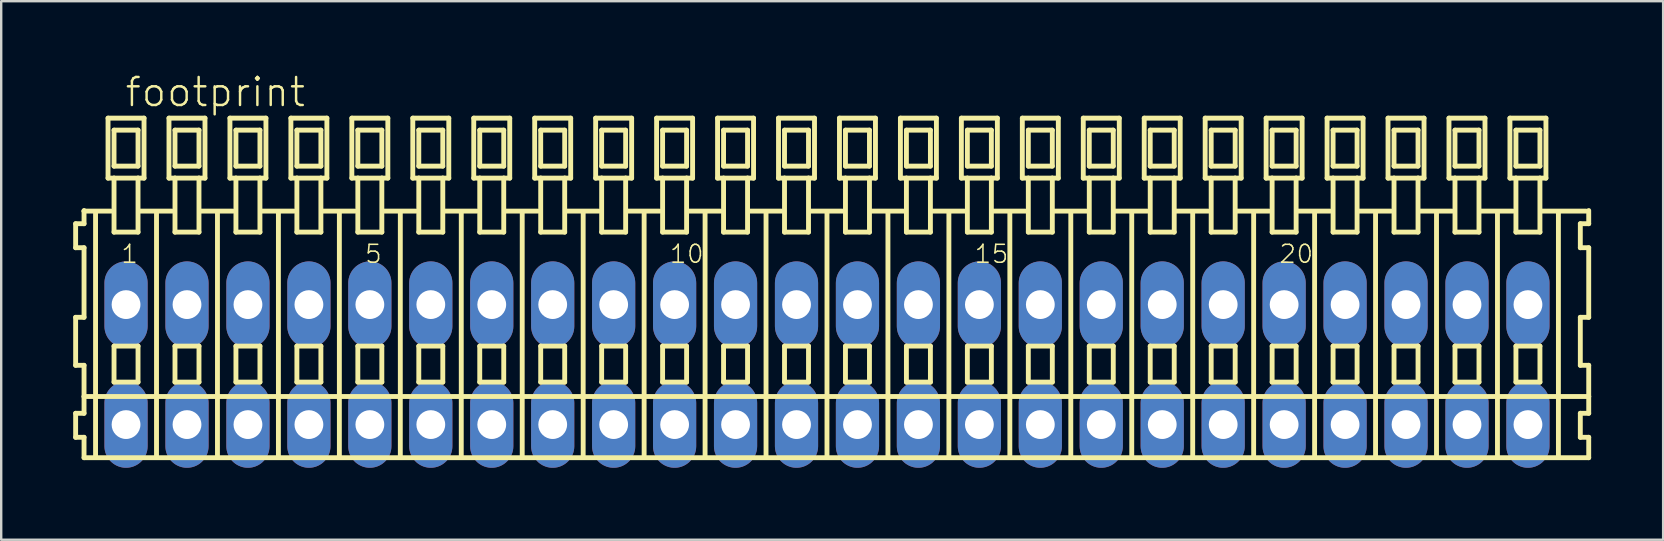
<source format=kicad_pcb>
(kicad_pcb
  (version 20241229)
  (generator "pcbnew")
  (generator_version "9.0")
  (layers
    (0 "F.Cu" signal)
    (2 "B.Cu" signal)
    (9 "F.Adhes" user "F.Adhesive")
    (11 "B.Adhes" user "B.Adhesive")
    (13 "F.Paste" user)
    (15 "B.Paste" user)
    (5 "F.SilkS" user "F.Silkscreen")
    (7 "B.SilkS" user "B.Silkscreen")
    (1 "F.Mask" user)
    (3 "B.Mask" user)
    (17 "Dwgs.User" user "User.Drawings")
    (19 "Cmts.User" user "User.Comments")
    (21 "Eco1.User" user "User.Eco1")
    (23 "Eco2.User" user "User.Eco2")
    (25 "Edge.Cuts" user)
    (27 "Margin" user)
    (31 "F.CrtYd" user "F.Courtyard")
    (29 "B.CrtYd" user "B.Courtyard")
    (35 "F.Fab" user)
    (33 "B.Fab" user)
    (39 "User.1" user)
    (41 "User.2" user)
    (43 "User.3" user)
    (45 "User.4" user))
  (footprint "footprint"
    (layer "F.Cu")
    (at 31.412 12.143)
    (property "Reference" "footprint" (at -29.31 -10.67 0) (layer "F.SilkS") (effects (font (size 1.168 1.168) (thickness 0.102)) (justify left bottom)))
    (fp_line (start -31.31 -5.87) (end -31.31 -4.87) (stroke (width 0.203) (type solid)) (layer "F.SilkS"))
    (fp_line (start -31.31 -4.87) (end -30.96 -4.87) (stroke (width 0.203) (type solid)) (layer "F.SilkS"))
    (fp_line (start -31.31 -1.97) (end -31.31 0.03) (stroke (width 0.203) (type solid)) (layer "F.SilkS"))
    (fp_line (start -31.31 0.03) (end -30.96 0.03) (stroke (width 0.203) (type solid)) (layer "F.SilkS"))
    (fp_line (start -31.31 2.03) (end -31.31 3.03) (stroke (width 0.203) (type solid)) (layer "F.SilkS"))
    (fp_line (start -31.31 3.03) (end -30.96 3.03) (stroke (width 0.203) (type solid)) (layer "F.SilkS"))
    (fp_line (start -30.96 -6.42) (end -30.96 -6.395) (stroke (width 0.203) (type solid)) (layer "F.SilkS"))
    (fp_line (start -30.96 -6.395) (end -30.96 -5.87) (stroke (width 0.203) (type solid)) (layer "F.SilkS"))
    (fp_line (start -30.96 -6.395) (end -29.835 -6.395) (stroke (width 0.203) (type solid)) (layer "F.SilkS"))
    (fp_line (start -30.96 -5.87) (end -31.31 -5.87) (stroke (width 0.203) (type solid)) (layer "F.SilkS"))
    (fp_line (start -30.96 -4.87) (end -30.96 -1.97) (stroke (width 0.203) (type solid)) (layer "F.SilkS"))
    (fp_line (start -30.96 -1.97) (end -31.31 -1.97) (stroke (width 0.203) (type solid)) (layer "F.SilkS"))
    (fp_line (start -30.96 0.03) (end -30.96 1.33) (stroke (width 0.203) (type solid)) (layer "F.SilkS"))
    (fp_line (start -30.96 1.33) (end -30.96 2.03) (stroke (width 0.203) (type solid)) (layer "F.SilkS"))
    (fp_line (start -30.96 1.33) (end 31.743 1.33) (stroke (width 0.203) (type solid)) (layer "F.SilkS"))
    (fp_line (start -30.96 2.03) (end -31.31 2.03) (stroke (width 0.203) (type solid)) (layer "F.SilkS"))
    (fp_line (start -30.96 3.03) (end -30.96 3.88) (stroke (width 0.203) (type solid)) (layer "F.SilkS"))
    (fp_line (start -30.96 3.88) (end 31.743 3.88) (stroke (width 0.203) (type solid)) (layer "F.SilkS"))
    (fp_line (start -30.48 3.83) (end -30.48 -6.33) (stroke (width 0.203) (type solid)) (layer "F.SilkS"))
    (fp_line (start -29.96 -10.27) (end -29.96 -7.77) (stroke (width 0.203) (type solid)) (layer "F.SilkS"))
    (fp_line (start -29.96 -7.77) (end -29.71 -7.77) (stroke (width 0.203) (type solid)) (layer "F.SilkS"))
    (fp_line (start -29.71 -9.77) (end -29.71 -8.27) (stroke (width 0.203) (type solid)) (layer "F.SilkS"))
    (fp_line (start -29.71 -8.27) (end -28.71 -8.27) (stroke (width 0.203) (type solid)) (layer "F.SilkS"))
    (fp_line (start -29.71 -7.77) (end -29.71 -5.52) (stroke (width 0.203) (type solid)) (layer "F.SilkS"))
    (fp_line (start -29.71 -7.77) (end -28.71 -7.77) (stroke (width 0.203) (type solid)) (layer "F.SilkS"))
    (fp_line (start -29.71 -5.52) (end -28.71 -5.52) (stroke (width 0.203) (type solid)) (layer "F.SilkS"))
    (fp_line (start -29.71 -0.77) (end -29.71 0.73) (stroke (width 0.203) (type solid)) (layer "F.SilkS"))
    (fp_line (start -29.71 0.73) (end -28.71 0.73) (stroke (width 0.203) (type solid)) (layer "F.SilkS"))
    (fp_line (start -28.71 -9.77) (end -29.71 -9.77) (stroke (width 0.203) (type solid)) (layer "F.SilkS"))
    (fp_line (start -28.71 -8.27) (end -28.71 -9.77) (stroke (width 0.203) (type solid)) (layer "F.SilkS"))
    (fp_line (start -28.71 -7.77) (end -28.46 -7.77) (stroke (width 0.203) (type solid)) (layer "F.SilkS"))
    (fp_line (start -28.71 -5.52) (end -28.71 -7.77) (stroke (width 0.203) (type solid)) (layer "F.SilkS"))
    (fp_line (start -28.71 -0.77) (end -29.71 -0.77) (stroke (width 0.203) (type solid)) (layer "F.SilkS"))
    (fp_line (start -28.71 0.73) (end -28.71 -0.77) (stroke (width 0.203) (type solid)) (layer "F.SilkS"))
    (fp_line (start -28.674 -6.395) (end -27.295 -6.395) (stroke (width 0.203) (type solid)) (layer "F.SilkS"))
    (fp_line (start -28.46 -10.27) (end -29.96 -10.27) (stroke (width 0.203) (type solid)) (layer "F.SilkS"))
    (fp_line (start -28.46 -7.77) (end -28.46 -10.27) (stroke (width 0.203) (type solid)) (layer "F.SilkS"))
    (fp_line (start -27.94 3.83) (end -27.94 -6.33) (stroke (width 0.203) (type solid)) (layer "F.SilkS"))
    (fp_line (start -27.42 -10.27) (end -27.42 -7.77) (stroke (width 0.203) (type solid)) (layer "F.SilkS"))
    (fp_line (start -27.42 -7.77) (end -27.17 -7.77) (stroke (width 0.203) (type solid)) (layer "F.SilkS"))
    (fp_line (start -27.17 -9.77) (end -27.17 -8.27) (stroke (width 0.203) (type solid)) (layer "F.SilkS"))
    (fp_line (start -27.17 -8.27) (end -26.17 -8.27) (stroke (width 0.203) (type solid)) (layer "F.SilkS"))
    (fp_line (start -27.17 -7.77) (end -27.17 -5.52) (stroke (width 0.203) (type solid)) (layer "F.SilkS"))
    (fp_line (start -27.17 -7.77) (end -26.17 -7.77) (stroke (width 0.203) (type solid)) (layer "F.SilkS"))
    (fp_line (start -27.17 -5.52) (end -26.17 -5.52) (stroke (width 0.203) (type solid)) (layer "F.SilkS"))
    (fp_line (start -27.17 -0.77) (end -27.17 0.73) (stroke (width 0.203) (type solid)) (layer "F.SilkS"))
    (fp_line (start -27.17 0.73) (end -26.17 0.73) (stroke (width 0.203) (type solid)) (layer "F.SilkS"))
    (fp_line (start -26.17 -9.77) (end -27.17 -9.77) (stroke (width 0.203) (type solid)) (layer "F.SilkS"))
    (fp_line (start -26.17 -8.27) (end -26.17 -9.77) (stroke (width 0.203) (type solid)) (layer "F.SilkS"))
    (fp_line (start -26.17 -7.77) (end -25.92 -7.77) (stroke (width 0.203) (type solid)) (layer "F.SilkS"))
    (fp_line (start -26.17 -5.52) (end -26.17 -7.77) (stroke (width 0.203) (type solid)) (layer "F.SilkS"))
    (fp_line (start -26.17 -0.77) (end -27.17 -0.77) (stroke (width 0.203) (type solid)) (layer "F.SilkS"))
    (fp_line (start -26.17 0.73) (end -26.17 -0.77) (stroke (width 0.203) (type solid)) (layer "F.SilkS"))
    (fp_line (start -26.134 -6.395) (end -24.755 -6.395) (stroke (width 0.203) (type solid)) (layer "F.SilkS"))
    (fp_line (start -25.92 -10.27) (end -27.42 -10.27) (stroke (width 0.203) (type solid)) (layer "F.SilkS"))
    (fp_line (start -25.92 -7.77) (end -25.92 -10.27) (stroke (width 0.203) (type solid)) (layer "F.SilkS"))
    (fp_line (start -25.4 3.83) (end -25.4 -6.33) (stroke (width 0.203) (type solid)) (layer "F.SilkS"))
    (fp_line (start -24.88 -10.27) (end -24.88 -7.77) (stroke (width 0.203) (type solid)) (layer "F.SilkS"))
    (fp_line (start -24.88 -7.77) (end -24.63 -7.77) (stroke (width 0.203) (type solid)) (layer "F.SilkS"))
    (fp_line (start -24.63 -9.77) (end -24.63 -8.27) (stroke (width 0.203) (type solid)) (layer "F.SilkS"))
    (fp_line (start -24.63 -8.27) (end -23.63 -8.27) (stroke (width 0.203) (type solid)) (layer "F.SilkS"))
    (fp_line (start -24.63 -7.77) (end -24.63 -5.52) (stroke (width 0.203) (type solid)) (layer "F.SilkS"))
    (fp_line (start -24.63 -7.77) (end -23.63 -7.77) (stroke (width 0.203) (type solid)) (layer "F.SilkS"))
    (fp_line (start -24.63 -5.52) (end -23.63 -5.52) (stroke (width 0.203) (type solid)) (layer "F.SilkS"))
    (fp_line (start -24.63 -0.77) (end -24.63 0.73) (stroke (width 0.203) (type solid)) (layer "F.SilkS"))
    (fp_line (start -24.63 0.73) (end -23.63 0.73) (stroke (width 0.203) (type solid)) (layer "F.SilkS"))
    (fp_line (start -23.63 -9.77) (end -24.63 -9.77) (stroke (width 0.203) (type solid)) (layer "F.SilkS"))
    (fp_line (start -23.63 -8.27) (end -23.63 -9.77) (stroke (width 0.203) (type solid)) (layer "F.SilkS"))
    (fp_line (start -23.63 -7.77) (end -23.38 -7.77) (stroke (width 0.203) (type solid)) (layer "F.SilkS"))
    (fp_line (start -23.63 -5.52) (end -23.63 -7.77) (stroke (width 0.203) (type solid)) (layer "F.SilkS"))
    (fp_line (start -23.63 -0.77) (end -24.63 -0.77) (stroke (width 0.203) (type solid)) (layer "F.SilkS"))
    (fp_line (start -23.63 0.73) (end -23.63 -0.77) (stroke (width 0.203) (type solid)) (layer "F.SilkS"))
    (fp_line (start -23.594 -6.395) (end -22.215 -6.395) (stroke (width 0.203) (type solid)) (layer "F.SilkS"))
    (fp_line (start -23.38 -10.27) (end -24.88 -10.27) (stroke (width 0.203) (type solid)) (layer "F.SilkS"))
    (fp_line (start -23.38 -7.77) (end -23.38 -10.27) (stroke (width 0.203) (type solid)) (layer "F.SilkS"))
    (fp_line (start -22.86 3.83) (end -22.86 -6.33) (stroke (width 0.203) (type solid)) (layer "F.SilkS"))
    (fp_line (start -22.34 -10.27) (end -22.34 -7.77) (stroke (width 0.203) (type solid)) (layer "F.SilkS"))
    (fp_line (start -22.34 -7.77) (end -22.09 -7.77) (stroke (width 0.203) (type solid)) (layer "F.SilkS"))
    (fp_line (start -22.09 -9.77) (end -22.09 -8.27) (stroke (width 0.203) (type solid)) (layer "F.SilkS"))
    (fp_line (start -22.09 -8.27) (end -21.09 -8.27) (stroke (width 0.203) (type solid)) (layer "F.SilkS"))
    (fp_line (start -22.09 -7.77) (end -22.09 -5.52) (stroke (width 0.203) (type solid)) (layer "F.SilkS"))
    (fp_line (start -22.09 -7.77) (end -21.09 -7.77) (stroke (width 0.203) (type solid)) (layer "F.SilkS"))
    (fp_line (start -22.09 -5.52) (end -21.09 -5.52) (stroke (width 0.203) (type solid)) (layer "F.SilkS"))
    (fp_line (start -22.09 -0.77) (end -22.09 0.73) (stroke (width 0.203) (type solid)) (layer "F.SilkS"))
    (fp_line (start -22.09 0.73) (end -21.09 0.73) (stroke (width 0.203) (type solid)) (layer "F.SilkS"))
    (fp_line (start -21.09 -9.77) (end -22.09 -9.77) (stroke (width 0.203) (type solid)) (layer "F.SilkS"))
    (fp_line (start -21.09 -8.27) (end -21.09 -9.77) (stroke (width 0.203) (type solid)) (layer "F.SilkS"))
    (fp_line (start -21.09 -7.77) (end -20.84 -7.77) (stroke (width 0.203) (type solid)) (layer "F.SilkS"))
    (fp_line (start -21.09 -5.52) (end -21.09 -7.77) (stroke (width 0.203) (type solid)) (layer "F.SilkS"))
    (fp_line (start -21.09 -0.77) (end -22.09 -0.77) (stroke (width 0.203) (type solid)) (layer "F.SilkS"))
    (fp_line (start -21.09 0.73) (end -21.09 -0.77) (stroke (width 0.203) (type solid)) (layer "F.SilkS"))
    (fp_line (start -21.054 -6.395) (end -19.675 -6.395) (stroke (width 0.203) (type solid)) (layer "F.SilkS"))
    (fp_line (start -20.84 -10.27) (end -22.34 -10.27) (stroke (width 0.203) (type solid)) (layer "F.SilkS"))
    (fp_line (start -20.84 -7.77) (end -20.84 -10.27) (stroke (width 0.203) (type solid)) (layer "F.SilkS"))
    (fp_line (start -20.32 3.83) (end -20.32 -6.33) (stroke (width 0.203) (type solid)) (layer "F.SilkS"))
    (fp_line (start -19.8 -10.27) (end -19.8 -7.77) (stroke (width 0.203) (type solid)) (layer "F.SilkS"))
    (fp_line (start -19.8 -7.77) (end -19.55 -7.77) (stroke (width 0.203) (type solid)) (layer "F.SilkS"))
    (fp_line (start -19.55 -9.77) (end -19.55 -8.27) (stroke (width 0.203) (type solid)) (layer "F.SilkS"))
    (fp_line (start -19.55 -8.27) (end -18.55 -8.27) (stroke (width 0.203) (type solid)) (layer "F.SilkS"))
    (fp_line (start -19.55 -7.77) (end -19.55 -5.52) (stroke (width 0.203) (type solid)) (layer "F.SilkS"))
    (fp_line (start -19.55 -7.77) (end -18.55 -7.77) (stroke (width 0.203) (type solid)) (layer "F.SilkS"))
    (fp_line (start -19.55 -5.52) (end -18.55 -5.52) (stroke (width 0.203) (type solid)) (layer "F.SilkS"))
    (fp_line (start -19.55 -0.77) (end -19.55 0.73) (stroke (width 0.203) (type solid)) (layer "F.SilkS"))
    (fp_line (start -19.55 0.73) (end -18.55 0.73) (stroke (width 0.203) (type solid)) (layer "F.SilkS"))
    (fp_line (start -18.55 -9.77) (end -19.55 -9.77) (stroke (width 0.203) (type solid)) (layer "F.SilkS"))
    (fp_line (start -18.55 -8.27) (end -18.55 -9.77) (stroke (width 0.203) (type solid)) (layer "F.SilkS"))
    (fp_line (start -18.55 -7.77) (end -18.3 -7.77) (stroke (width 0.203) (type solid)) (layer "F.SilkS"))
    (fp_line (start -18.55 -5.52) (end -18.55 -7.77) (stroke (width 0.203) (type solid)) (layer "F.SilkS"))
    (fp_line (start -18.55 -0.77) (end -19.55 -0.77) (stroke (width 0.203) (type solid)) (layer "F.SilkS"))
    (fp_line (start -18.55 0.73) (end -18.55 -0.77) (stroke (width 0.203) (type solid)) (layer "F.SilkS"))
    (fp_line (start -18.514 -6.395) (end -17.135 -6.395) (stroke (width 0.203) (type solid)) (layer "F.SilkS"))
    (fp_line (start -18.3 -10.27) (end -19.8 -10.27) (stroke (width 0.203) (type solid)) (layer "F.SilkS"))
    (fp_line (start -18.3 -7.77) (end -18.3 -10.27) (stroke (width 0.203) (type solid)) (layer "F.SilkS"))
    (fp_line (start -17.78 3.83) (end -17.78 -6.33) (stroke (width 0.203) (type solid)) (layer "F.SilkS"))
    (fp_line (start -17.26 -10.27) (end -17.26 -7.77) (stroke (width 0.203) (type solid)) (layer "F.SilkS"))
    (fp_line (start -17.26 -7.77) (end -17.01 -7.77) (stroke (width 0.203) (type solid)) (layer "F.SilkS"))
    (fp_line (start -17.01 -9.77) (end -17.01 -8.27) (stroke (width 0.203) (type solid)) (layer "F.SilkS"))
    (fp_line (start -17.01 -8.27) (end -16.01 -8.27) (stroke (width 0.203) (type solid)) (layer "F.SilkS"))
    (fp_line (start -17.01 -7.77) (end -17.01 -5.52) (stroke (width 0.203) (type solid)) (layer "F.SilkS"))
    (fp_line (start -17.01 -7.77) (end -16.01 -7.77) (stroke (width 0.203) (type solid)) (layer "F.SilkS"))
    (fp_line (start -17.01 -5.52) (end -16.01 -5.52) (stroke (width 0.203) (type solid)) (layer "F.SilkS"))
    (fp_line (start -17.01 -0.77) (end -17.01 0.73) (stroke (width 0.203) (type solid)) (layer "F.SilkS"))
    (fp_line (start -17.01 0.73) (end -16.01 0.73) (stroke (width 0.203) (type solid)) (layer "F.SilkS"))
    (fp_line (start -16.01 -9.77) (end -17.01 -9.77) (stroke (width 0.203) (type solid)) (layer "F.SilkS"))
    (fp_line (start -16.01 -8.27) (end -16.01 -9.77) (stroke (width 0.203) (type solid)) (layer "F.SilkS"))
    (fp_line (start -16.01 -7.77) (end -15.76 -7.77) (stroke (width 0.203) (type solid)) (layer "F.SilkS"))
    (fp_line (start -16.01 -5.52) (end -16.01 -7.77) (stroke (width 0.203) (type solid)) (layer "F.SilkS"))
    (fp_line (start -16.01 -0.77) (end -17.01 -0.77) (stroke (width 0.203) (type solid)) (layer "F.SilkS"))
    (fp_line (start -16.01 0.73) (end -16.01 -0.77) (stroke (width 0.203) (type solid)) (layer "F.SilkS"))
    (fp_line (start -15.974 -6.395) (end -14.595 -6.395) (stroke (width 0.203) (type solid)) (layer "F.SilkS"))
    (fp_line (start -15.76 -10.27) (end -17.26 -10.27) (stroke (width 0.203) (type solid)) (layer "F.SilkS"))
    (fp_line (start -15.76 -7.77) (end -15.76 -10.27) (stroke (width 0.203) (type solid)) (layer "F.SilkS"))
    (fp_line (start -15.24 3.83) (end -15.24 -6.33) (stroke (width 0.203) (type solid)) (layer "F.SilkS"))
    (fp_line (start -14.72 -10.27) (end -14.72 -7.77) (stroke (width 0.203) (type solid)) (layer "F.SilkS"))
    (fp_line (start -14.72 -7.77) (end -14.47 -7.77) (stroke (width 0.203) (type solid)) (layer "F.SilkS"))
    (fp_line (start -14.47 -9.77) (end -14.47 -8.27) (stroke (width 0.203) (type solid)) (layer "F.SilkS"))
    (fp_line (start -14.47 -8.27) (end -13.47 -8.27) (stroke (width 0.203) (type solid)) (layer "F.SilkS"))
    (fp_line (start -14.47 -7.77) (end -14.47 -5.52) (stroke (width 0.203) (type solid)) (layer "F.SilkS"))
    (fp_line (start -14.47 -7.77) (end -13.47 -7.77) (stroke (width 0.203) (type solid)) (layer "F.SilkS"))
    (fp_line (start -14.47 -5.52) (end -13.47 -5.52) (stroke (width 0.203) (type solid)) (layer "F.SilkS"))
    (fp_line (start -14.47 -0.77) (end -14.47 0.73) (stroke (width 0.203) (type solid)) (layer "F.SilkS"))
    (fp_line (start -14.47 0.73) (end -13.47 0.73) (stroke (width 0.203) (type solid)) (layer "F.SilkS"))
    (fp_line (start -13.47 -9.77) (end -14.47 -9.77) (stroke (width 0.203) (type solid)) (layer "F.SilkS"))
    (fp_line (start -13.47 -8.27) (end -13.47 -9.77) (stroke (width 0.203) (type solid)) (layer "F.SilkS"))
    (fp_line (start -13.47 -7.77) (end -13.22 -7.77) (stroke (width 0.203) (type solid)) (layer "F.SilkS"))
    (fp_line (start -13.47 -5.52) (end -13.47 -7.77) (stroke (width 0.203) (type solid)) (layer "F.SilkS"))
    (fp_line (start -13.47 -0.77) (end -14.47 -0.77) (stroke (width 0.203) (type solid)) (layer "F.SilkS"))
    (fp_line (start -13.47 0.73) (end -13.47 -0.77) (stroke (width 0.203) (type solid)) (layer "F.SilkS"))
    (fp_line (start -13.434 -6.395) (end -12.055 -6.395) (stroke (width 0.203) (type solid)) (layer "F.SilkS"))
    (fp_line (start -13.22 -10.27) (end -14.72 -10.27) (stroke (width 0.203) (type solid)) (layer "F.SilkS"))
    (fp_line (start -13.22 -7.77) (end -13.22 -10.27) (stroke (width 0.203) (type solid)) (layer "F.SilkS"))
    (fp_line (start -12.7 3.83) (end -12.7 -6.33) (stroke (width 0.203) (type solid)) (layer "F.SilkS"))
    (fp_line (start -12.18 -10.27) (end -12.18 -7.77) (stroke (width 0.203) (type solid)) (layer "F.SilkS"))
    (fp_line (start -12.18 -7.77) (end -11.93 -7.77) (stroke (width 0.203) (type solid)) (layer "F.SilkS"))
    (fp_line (start -11.93 -9.77) (end -11.93 -8.27) (stroke (width 0.203) (type solid)) (layer "F.SilkS"))
    (fp_line (start -11.93 -8.27) (end -10.93 -8.27) (stroke (width 0.203) (type solid)) (layer "F.SilkS"))
    (fp_line (start -11.93 -7.77) (end -11.93 -5.52) (stroke (width 0.203) (type solid)) (layer "F.SilkS"))
    (fp_line (start -11.93 -7.77) (end -10.93 -7.77) (stroke (width 0.203) (type solid)) (layer "F.SilkS"))
    (fp_line (start -11.93 -5.52) (end -10.93 -5.52) (stroke (width 0.203) (type solid)) (layer "F.SilkS"))
    (fp_line (start -11.93 -0.77) (end -11.93 0.73) (stroke (width 0.203) (type solid)) (layer "F.SilkS"))
    (fp_line (start -11.93 0.73) (end -10.93 0.73) (stroke (width 0.203) (type solid)) (layer "F.SilkS"))
    (fp_line (start -10.93 -9.77) (end -11.93 -9.77) (stroke (width 0.203) (type solid)) (layer "F.SilkS"))
    (fp_line (start -10.93 -8.27) (end -10.93 -9.77) (stroke (width 0.203) (type solid)) (layer "F.SilkS"))
    (fp_line (start -10.93 -7.77) (end -10.68 -7.77) (stroke (width 0.203) (type solid)) (layer "F.SilkS"))
    (fp_line (start -10.93 -5.52) (end -10.93 -7.77) (stroke (width 0.203) (type solid)) (layer "F.SilkS"))
    (fp_line (start -10.93 -0.77) (end -11.93 -0.77) (stroke (width 0.203) (type solid)) (layer "F.SilkS"))
    (fp_line (start -10.93 0.73) (end -10.93 -0.77) (stroke (width 0.203) (type solid)) (layer "F.SilkS"))
    (fp_line (start -10.894 -6.395) (end -9.515 -6.395) (stroke (width 0.203) (type solid)) (layer "F.SilkS"))
    (fp_line (start -10.68 -10.27) (end -12.18 -10.27) (stroke (width 0.203) (type solid)) (layer "F.SilkS"))
    (fp_line (start -10.68 -7.77) (end -10.68 -10.27) (stroke (width 0.203) (type solid)) (layer "F.SilkS"))
    (fp_line (start -10.16 3.83) (end -10.16 -6.33) (stroke (width 0.203) (type solid)) (layer "F.SilkS"))
    (fp_line (start -9.64 -10.27) (end -9.64 -7.77) (stroke (width 0.203) (type solid)) (layer "F.SilkS"))
    (fp_line (start -9.64 -7.77) (end -9.39 -7.77) (stroke (width 0.203) (type solid)) (layer "F.SilkS"))
    (fp_line (start -9.39 -9.77) (end -9.39 -8.27) (stroke (width 0.203) (type solid)) (layer "F.SilkS"))
    (fp_line (start -9.39 -8.27) (end -8.39 -8.27) (stroke (width 0.203) (type solid)) (layer "F.SilkS"))
    (fp_line (start -9.39 -7.77) (end -9.39 -5.52) (stroke (width 0.203) (type solid)) (layer "F.SilkS"))
    (fp_line (start -9.39 -7.77) (end -8.39 -7.77) (stroke (width 0.203) (type solid)) (layer "F.SilkS"))
    (fp_line (start -9.39 -5.52) (end -8.39 -5.52) (stroke (width 0.203) (type solid)) (layer "F.SilkS"))
    (fp_line (start -9.39 -0.77) (end -9.39 0.73) (stroke (width 0.203) (type solid)) (layer "F.SilkS"))
    (fp_line (start -9.39 0.73) (end -8.39 0.73) (stroke (width 0.203) (type solid)) (layer "F.SilkS"))
    (fp_line (start -8.39 -9.77) (end -9.39 -9.77) (stroke (width 0.203) (type solid)) (layer "F.SilkS"))
    (fp_line (start -8.39 -8.27) (end -8.39 -9.77) (stroke (width 0.203) (type solid)) (layer "F.SilkS"))
    (fp_line (start -8.39 -7.77) (end -8.14 -7.77) (stroke (width 0.203) (type solid)) (layer "F.SilkS"))
    (fp_line (start -8.39 -5.52) (end -8.39 -7.77) (stroke (width 0.203) (type solid)) (layer "F.SilkS"))
    (fp_line (start -8.39 -0.77) (end -9.39 -0.77) (stroke (width 0.203) (type solid)) (layer "F.SilkS"))
    (fp_line (start -8.39 0.73) (end -8.39 -0.77) (stroke (width 0.203) (type solid)) (layer "F.SilkS"))
    (fp_line (start -8.354 -6.395) (end -6.975 -6.395) (stroke (width 0.203) (type solid)) (layer "F.SilkS"))
    (fp_line (start -8.14 -10.27) (end -9.64 -10.27) (stroke (width 0.203) (type solid)) (layer "F.SilkS"))
    (fp_line (start -8.14 -7.77) (end -8.14 -10.27) (stroke (width 0.203) (type solid)) (layer "F.SilkS"))
    (fp_line (start -7.62 3.83) (end -7.62 -6.33) (stroke (width 0.203) (type solid)) (layer "F.SilkS"))
    (fp_line (start -7.1 -10.27) (end -7.1 -7.77) (stroke (width 0.203) (type solid)) (layer "F.SilkS"))
    (fp_line (start -7.1 -7.77) (end -6.85 -7.77) (stroke (width 0.203) (type solid)) (layer "F.SilkS"))
    (fp_line (start -6.85 -9.77) (end -6.85 -8.27) (stroke (width 0.203) (type solid)) (layer "F.SilkS"))
    (fp_line (start -6.85 -8.27) (end -5.85 -8.27) (stroke (width 0.203) (type solid)) (layer "F.SilkS"))
    (fp_line (start -6.85 -7.77) (end -6.85 -5.52) (stroke (width 0.203) (type solid)) (layer "F.SilkS"))
    (fp_line (start -6.85 -7.77) (end -5.85 -7.77) (stroke (width 0.203) (type solid)) (layer "F.SilkS"))
    (fp_line (start -6.85 -5.52) (end -5.85 -5.52) (stroke (width 0.203) (type solid)) (layer "F.SilkS"))
    (fp_line (start -6.85 -0.77) (end -6.85 0.73) (stroke (width 0.203) (type solid)) (layer "F.SilkS"))
    (fp_line (start -6.85 0.73) (end -5.85 0.73) (stroke (width 0.203) (type solid)) (layer "F.SilkS"))
    (fp_line (start -5.85 -9.77) (end -6.85 -9.77) (stroke (width 0.203) (type solid)) (layer "F.SilkS"))
    (fp_line (start -5.85 -8.27) (end -5.85 -9.77) (stroke (width 0.203) (type solid)) (layer "F.SilkS"))
    (fp_line (start -5.85 -7.77) (end -5.6 -7.77) (stroke (width 0.203) (type solid)) (layer "F.SilkS"))
    (fp_line (start -5.85 -5.52) (end -5.85 -7.77) (stroke (width 0.203) (type solid)) (layer "F.SilkS"))
    (fp_line (start -5.85 -0.77) (end -6.85 -0.77) (stroke (width 0.203) (type solid)) (layer "F.SilkS"))
    (fp_line (start -5.85 0.73) (end -5.85 -0.77) (stroke (width 0.203) (type solid)) (layer "F.SilkS"))
    (fp_line (start -5.814 -6.395) (end -4.435 -6.395) (stroke (width 0.203) (type solid)) (layer "F.SilkS"))
    (fp_line (start -5.6 -10.27) (end -7.1 -10.27) (stroke (width 0.203) (type solid)) (layer "F.SilkS"))
    (fp_line (start -5.6 -7.77) (end -5.6 -10.27) (stroke (width 0.203) (type solid)) (layer "F.SilkS"))
    (fp_line (start -5.08 3.83) (end -5.08 -6.33) (stroke (width 0.203) (type solid)) (layer "F.SilkS"))
    (fp_line (start -4.56 -10.27) (end -4.56 -7.77) (stroke (width 0.203) (type solid)) (layer "F.SilkS"))
    (fp_line (start -4.56 -7.77) (end -4.31 -7.77) (stroke (width 0.203) (type solid)) (layer "F.SilkS"))
    (fp_line (start -4.31 -9.77) (end -4.31 -8.27) (stroke (width 0.203) (type solid)) (layer "F.SilkS"))
    (fp_line (start -4.31 -8.27) (end -3.31 -8.27) (stroke (width 0.203) (type solid)) (layer "F.SilkS"))
    (fp_line (start -4.31 -7.77) (end -4.31 -5.52) (stroke (width 0.203) (type solid)) (layer "F.SilkS"))
    (fp_line (start -4.31 -7.77) (end -3.31 -7.77) (stroke (width 0.203) (type solid)) (layer "F.SilkS"))
    (fp_line (start -4.31 -5.52) (end -3.31 -5.52) (stroke (width 0.203) (type solid)) (layer "F.SilkS"))
    (fp_line (start -4.31 -0.77) (end -4.31 0.73) (stroke (width 0.203) (type solid)) (layer "F.SilkS"))
    (fp_line (start -4.31 0.73) (end -3.31 0.73) (stroke (width 0.203) (type solid)) (layer "F.SilkS"))
    (fp_line (start -3.31 -9.77) (end -4.31 -9.77) (stroke (width 0.203) (type solid)) (layer "F.SilkS"))
    (fp_line (start -3.31 -8.27) (end -3.31 -9.77) (stroke (width 0.203) (type solid)) (layer "F.SilkS"))
    (fp_line (start -3.31 -7.77) (end -3.06 -7.77) (stroke (width 0.203) (type solid)) (layer "F.SilkS"))
    (fp_line (start -3.31 -5.52) (end -3.31 -7.77) (stroke (width 0.203) (type solid)) (layer "F.SilkS"))
    (fp_line (start -3.31 -0.77) (end -4.31 -0.77) (stroke (width 0.203) (type solid)) (layer "F.SilkS"))
    (fp_line (start -3.31 0.73) (end -3.31 -0.77) (stroke (width 0.203) (type solid)) (layer "F.SilkS"))
    (fp_line (start -3.274 -6.395) (end -1.895 -6.395) (stroke (width 0.203) (type solid)) (layer "F.SilkS"))
    (fp_line (start -3.06 -10.27) (end -4.56 -10.27) (stroke (width 0.203) (type solid)) (layer "F.SilkS"))
    (fp_line (start -3.06 -7.77) (end -3.06 -10.27) (stroke (width 0.203) (type solid)) (layer "F.SilkS"))
    (fp_line (start -2.54 3.83) (end -2.54 -6.33) (stroke (width 0.203) (type solid)) (layer "F.SilkS"))
    (fp_line (start -2.02 -10.27) (end -2.02 -7.77) (stroke (width 0.203) (type solid)) (layer "F.SilkS"))
    (fp_line (start -2.02 -7.77) (end -1.77 -7.77) (stroke (width 0.203) (type solid)) (layer "F.SilkS"))
    (fp_line (start -1.77 -9.77) (end -1.77 -8.27) (stroke (width 0.203) (type solid)) (layer "F.SilkS"))
    (fp_line (start -1.77 -8.27) (end -0.77 -8.27) (stroke (width 0.203) (type solid)) (layer "F.SilkS"))
    (fp_line (start -1.77 -7.77) (end -1.77 -5.52) (stroke (width 0.203) (type solid)) (layer "F.SilkS"))
    (fp_line (start -1.77 -7.77) (end -0.77 -7.77) (stroke (width 0.203) (type solid)) (layer "F.SilkS"))
    (fp_line (start -1.77 -5.52) (end -0.77 -5.52) (stroke (width 0.203) (type solid)) (layer "F.SilkS"))
    (fp_line (start -1.77 -0.77) (end -1.77 0.73) (stroke (width 0.203) (type solid)) (layer "F.SilkS"))
    (fp_line (start -1.77 0.73) (end -0.77 0.73) (stroke (width 0.203) (type solid)) (layer "F.SilkS"))
    (fp_line (start -0.77 -9.77) (end -1.77 -9.77) (stroke (width 0.203) (type solid)) (layer "F.SilkS"))
    (fp_line (start -0.77 -8.27) (end -0.77 -9.77) (stroke (width 0.203) (type solid)) (layer "F.SilkS"))
    (fp_line (start -0.77 -7.77) (end -0.52 -7.77) (stroke (width 0.203) (type solid)) (layer "F.SilkS"))
    (fp_line (start -0.77 -5.52) (end -0.77 -7.77) (stroke (width 0.203) (type solid)) (layer "F.SilkS"))
    (fp_line (start -0.77 -0.77) (end -1.77 -0.77) (stroke (width 0.203) (type solid)) (layer "F.SilkS"))
    (fp_line (start -0.77 0.73) (end -0.77 -0.77) (stroke (width 0.203) (type solid)) (layer "F.SilkS"))
    (fp_line (start -0.734 -6.395) (end 0.645 -6.395) (stroke (width 0.203) (type solid)) (layer "F.SilkS"))
    (fp_line (start -0.52 -10.27) (end -2.02 -10.27) (stroke (width 0.203) (type solid)) (layer "F.SilkS"))
    (fp_line (start -0.52 -7.77) (end -0.52 -10.27) (stroke (width 0.203) (type solid)) (layer "F.SilkS"))
    (fp_line (start 0 3.83) (end 0 -6.33) (stroke (width 0.203) (type solid)) (layer "F.SilkS"))
    (fp_line (start 0.52 -10.27) (end 0.52 -7.77) (stroke (width 0.203) (type solid)) (layer "F.SilkS"))
    (fp_line (start 0.52 -7.77) (end 0.77 -7.77) (stroke (width 0.203) (type solid)) (layer "F.SilkS"))
    (fp_line (start 0.77 -9.77) (end 0.77 -8.27) (stroke (width 0.203) (type solid)) (layer "F.SilkS"))
    (fp_line (start 0.77 -8.27) (end 1.77 -8.27) (stroke (width 0.203) (type solid)) (layer "F.SilkS"))
    (fp_line (start 0.77 -7.77) (end 0.77 -5.52) (stroke (width 0.203) (type solid)) (layer "F.SilkS"))
    (fp_line (start 0.77 -7.77) (end 1.77 -7.77) (stroke (width 0.203) (type solid)) (layer "F.SilkS"))
    (fp_line (start 0.77 -5.52) (end 1.77 -5.52) (stroke (width 0.203) (type solid)) (layer "F.SilkS"))
    (fp_line (start 0.77 -0.77) (end 0.77 0.73) (stroke (width 0.203) (type solid)) (layer "F.SilkS"))
    (fp_line (start 0.77 0.73) (end 1.77 0.73) (stroke (width 0.203) (type solid)) (layer "F.SilkS"))
    (fp_line (start 1.77 -9.77) (end 0.77 -9.77) (stroke (width 0.203) (type solid)) (layer "F.SilkS"))
    (fp_line (start 1.77 -8.27) (end 1.77 -9.77) (stroke (width 0.203) (type solid)) (layer "F.SilkS"))
    (fp_line (start 1.77 -7.77) (end 2.02 -7.77) (stroke (width 0.203) (type solid)) (layer "F.SilkS"))
    (fp_line (start 1.77 -5.52) (end 1.77 -7.77) (stroke (width 0.203) (type solid)) (layer "F.SilkS"))
    (fp_line (start 1.77 -0.77) (end 0.77 -0.77) (stroke (width 0.203) (type solid)) (layer "F.SilkS"))
    (fp_line (start 1.77 0.73) (end 1.77 -0.77) (stroke (width 0.203) (type solid)) (layer "F.SilkS"))
    (fp_line (start 1.806 -6.395) (end 3.185 -6.395) (stroke (width 0.203) (type solid)) (layer "F.SilkS"))
    (fp_line (start 2.02 -10.27) (end 0.52 -10.27) (stroke (width 0.203) (type solid)) (layer "F.SilkS"))
    (fp_line (start 2.02 -7.77) (end 2.02 -10.27) (stroke (width 0.203) (type solid)) (layer "F.SilkS"))
    (fp_line (start 2.54 3.83) (end 2.54 -6.33) (stroke (width 0.203) (type solid)) (layer "F.SilkS"))
    (fp_line (start 3.06 -10.27) (end 3.06 -7.77) (stroke (width 0.203) (type solid)) (layer "F.SilkS"))
    (fp_line (start 3.06 -7.77) (end 3.31 -7.77) (stroke (width 0.203) (type solid)) (layer "F.SilkS"))
    (fp_line (start 3.31 -9.77) (end 3.31 -8.27) (stroke (width 0.203) (type solid)) (layer "F.SilkS"))
    (fp_line (start 3.31 -8.27) (end 4.31 -8.27) (stroke (width 0.203) (type solid)) (layer "F.SilkS"))
    (fp_line (start 3.31 -7.77) (end 3.31 -5.52) (stroke (width 0.203) (type solid)) (layer "F.SilkS"))
    (fp_line (start 3.31 -7.77) (end 4.31 -7.77) (stroke (width 0.203) (type solid)) (layer "F.SilkS"))
    (fp_line (start 3.31 -5.52) (end 4.31 -5.52) (stroke (width 0.203) (type solid)) (layer "F.SilkS"))
    (fp_line (start 3.31 -0.77) (end 3.31 0.73) (stroke (width 0.203) (type solid)) (layer "F.SilkS"))
    (fp_line (start 3.31 0.73) (end 4.31 0.73) (stroke (width 0.203) (type solid)) (layer "F.SilkS"))
    (fp_line (start 4.31 -9.77) (end 3.31 -9.77) (stroke (width 0.203) (type solid)) (layer "F.SilkS"))
    (fp_line (start 4.31 -8.27) (end 4.31 -9.77) (stroke (width 0.203) (type solid)) (layer "F.SilkS"))
    (fp_line (start 4.31 -7.77) (end 4.56 -7.77) (stroke (width 0.203) (type solid)) (layer "F.SilkS"))
    (fp_line (start 4.31 -5.52) (end 4.31 -7.77) (stroke (width 0.203) (type solid)) (layer "F.SilkS"))
    (fp_line (start 4.31 -0.77) (end 3.31 -0.77) (stroke (width 0.203) (type solid)) (layer "F.SilkS"))
    (fp_line (start 4.31 0.73) (end 4.31 -0.77) (stroke (width 0.203) (type solid)) (layer "F.SilkS"))
    (fp_line (start 4.346 -6.395) (end 5.725 -6.395) (stroke (width 0.203) (type solid)) (layer "F.SilkS"))
    (fp_line (start 4.56 -10.27) (end 3.06 -10.27) (stroke (width 0.203) (type solid)) (layer "F.SilkS"))
    (fp_line (start 4.56 -7.77) (end 4.56 -10.27) (stroke (width 0.203) (type solid)) (layer "F.SilkS"))
    (fp_line (start 5.08 3.83) (end 5.08 -6.33) (stroke (width 0.203) (type solid)) (layer "F.SilkS"))
    (fp_line (start 5.6 -10.27) (end 5.6 -7.77) (stroke (width 0.203) (type solid)) (layer "F.SilkS"))
    (fp_line (start 5.6 -7.77) (end 5.85 -7.77) (stroke (width 0.203) (type solid)) (layer "F.SilkS"))
    (fp_line (start 5.85 -9.77) (end 5.85 -8.27) (stroke (width 0.203) (type solid)) (layer "F.SilkS"))
    (fp_line (start 5.85 -8.27) (end 6.85 -8.27) (stroke (width 0.203) (type solid)) (layer "F.SilkS"))
    (fp_line (start 5.85 -7.77) (end 5.85 -5.52) (stroke (width 0.203) (type solid)) (layer "F.SilkS"))
    (fp_line (start 5.85 -7.77) (end 6.85 -7.77) (stroke (width 0.203) (type solid)) (layer "F.SilkS"))
    (fp_line (start 5.85 -5.52) (end 6.85 -5.52) (stroke (width 0.203) (type solid)) (layer "F.SilkS"))
    (fp_line (start 5.85 -0.77) (end 5.85 0.73) (stroke (width 0.203) (type solid)) (layer "F.SilkS"))
    (fp_line (start 5.85 0.73) (end 6.85 0.73) (stroke (width 0.203) (type solid)) (layer "F.SilkS"))
    (fp_line (start 6.85 -9.77) (end 5.85 -9.77) (stroke (width 0.203) (type solid)) (layer "F.SilkS"))
    (fp_line (start 6.85 -8.27) (end 6.85 -9.77) (stroke (width 0.203) (type solid)) (layer "F.SilkS"))
    (fp_line (start 6.85 -7.77) (end 7.1 -7.77) (stroke (width 0.203) (type solid)) (layer "F.SilkS"))
    (fp_line (start 6.85 -5.52) (end 6.85 -7.77) (stroke (width 0.203) (type solid)) (layer "F.SilkS"))
    (fp_line (start 6.85 -0.77) (end 5.85 -0.77) (stroke (width 0.203) (type solid)) (layer "F.SilkS"))
    (fp_line (start 6.85 0.73) (end 6.85 -0.77) (stroke (width 0.203) (type solid)) (layer "F.SilkS"))
    (fp_line (start 6.886 -6.395) (end 8.265 -6.395) (stroke (width 0.203) (type solid)) (layer "F.SilkS"))
    (fp_line (start 7.1 -10.27) (end 5.6 -10.27) (stroke (width 0.203) (type solid)) (layer "F.SilkS"))
    (fp_line (start 7.1 -7.77) (end 7.1 -10.27) (stroke (width 0.203) (type solid)) (layer "F.SilkS"))
    (fp_line (start 7.62 3.83) (end 7.62 -6.33) (stroke (width 0.203) (type solid)) (layer "F.SilkS"))
    (fp_line (start 8.14 -10.27) (end 8.14 -7.77) (stroke (width 0.203) (type solid)) (layer "F.SilkS"))
    (fp_line (start 8.14 -7.77) (end 8.39 -7.77) (stroke (width 0.203) (type solid)) (layer "F.SilkS"))
    (fp_line (start 8.39 -9.77) (end 8.39 -8.27) (stroke (width 0.203) (type solid)) (layer "F.SilkS"))
    (fp_line (start 8.39 -8.27) (end 9.39 -8.27) (stroke (width 0.203) (type solid)) (layer "F.SilkS"))
    (fp_line (start 8.39 -7.77) (end 8.39 -5.52) (stroke (width 0.203) (type solid)) (layer "F.SilkS"))
    (fp_line (start 8.39 -7.77) (end 9.39 -7.77) (stroke (width 0.203) (type solid)) (layer "F.SilkS"))
    (fp_line (start 8.39 -5.52) (end 9.39 -5.52) (stroke (width 0.203) (type solid)) (layer "F.SilkS"))
    (fp_line (start 8.39 -0.77) (end 8.39 0.73) (stroke (width 0.203) (type solid)) (layer "F.SilkS"))
    (fp_line (start 8.39 0.73) (end 9.39 0.73) (stroke (width 0.203) (type solid)) (layer "F.SilkS"))
    (fp_line (start 9.39 -9.77) (end 8.39 -9.77) (stroke (width 0.203) (type solid)) (layer "F.SilkS"))
    (fp_line (start 9.39 -8.27) (end 9.39 -9.77) (stroke (width 0.203) (type solid)) (layer "F.SilkS"))
    (fp_line (start 9.39 -7.77) (end 9.64 -7.77) (stroke (width 0.203) (type solid)) (layer "F.SilkS"))
    (fp_line (start 9.39 -5.52) (end 9.39 -7.77) (stroke (width 0.203) (type solid)) (layer "F.SilkS"))
    (fp_line (start 9.39 -0.77) (end 8.39 -0.77) (stroke (width 0.203) (type solid)) (layer "F.SilkS"))
    (fp_line (start 9.39 0.73) (end 9.39 -0.77) (stroke (width 0.203) (type solid)) (layer "F.SilkS"))
    (fp_line (start 9.426 -6.395) (end 10.805 -6.395) (stroke (width 0.203) (type solid)) (layer "F.SilkS"))
    (fp_line (start 9.64 -10.27) (end 8.14 -10.27) (stroke (width 0.203) (type solid)) (layer "F.SilkS"))
    (fp_line (start 9.64 -7.77) (end 9.64 -10.27) (stroke (width 0.203) (type solid)) (layer "F.SilkS"))
    (fp_line (start 10.16 3.83) (end 10.16 -6.33) (stroke (width 0.203) (type solid)) (layer "F.SilkS"))
    (fp_line (start 10.68 -10.27) (end 10.68 -7.77) (stroke (width 0.203) (type solid)) (layer "F.SilkS"))
    (fp_line (start 10.68 -7.77) (end 10.93 -7.77) (stroke (width 0.203) (type solid)) (layer "F.SilkS"))
    (fp_line (start 10.93 -9.77) (end 10.93 -8.27) (stroke (width 0.203) (type solid)) (layer "F.SilkS"))
    (fp_line (start 10.93 -8.27) (end 11.93 -8.27) (stroke (width 0.203) (type solid)) (layer "F.SilkS"))
    (fp_line (start 10.93 -7.77) (end 10.93 -5.52) (stroke (width 0.203) (type solid)) (layer "F.SilkS"))
    (fp_line (start 10.93 -7.77) (end 11.93 -7.77) (stroke (width 0.203) (type solid)) (layer "F.SilkS"))
    (fp_line (start 10.93 -5.52) (end 11.93 -5.52) (stroke (width 0.203) (type solid)) (layer "F.SilkS"))
    (fp_line (start 10.93 -0.77) (end 10.93 0.73) (stroke (width 0.203) (type solid)) (layer "F.SilkS"))
    (fp_line (start 10.93 0.73) (end 11.93 0.73) (stroke (width 0.203) (type solid)) (layer "F.SilkS"))
    (fp_line (start 11.93 -9.77) (end 10.93 -9.77) (stroke (width 0.203) (type solid)) (layer "F.SilkS"))
    (fp_line (start 11.93 -8.27) (end 11.93 -9.77) (stroke (width 0.203) (type solid)) (layer "F.SilkS"))
    (fp_line (start 11.93 -7.77) (end 12.18 -7.77) (stroke (width 0.203) (type solid)) (layer "F.SilkS"))
    (fp_line (start 11.93 -5.52) (end 11.93 -7.77) (stroke (width 0.203) (type solid)) (layer "F.SilkS"))
    (fp_line (start 11.93 -0.77) (end 10.93 -0.77) (stroke (width 0.203) (type solid)) (layer "F.SilkS"))
    (fp_line (start 11.93 0.73) (end 11.93 -0.77) (stroke (width 0.203) (type solid)) (layer "F.SilkS"))
    (fp_line (start 11.966 -6.395) (end 13.345 -6.395) (stroke (width 0.203) (type solid)) (layer "F.SilkS"))
    (fp_line (start 12.18 -10.27) (end 10.68 -10.27) (stroke (width 0.203) (type solid)) (layer "F.SilkS"))
    (fp_line (start 12.18 -7.77) (end 12.18 -10.27) (stroke (width 0.203) (type solid)) (layer "F.SilkS"))
    (fp_line (start 12.7 3.83) (end 12.7 -6.33) (stroke (width 0.203) (type solid)) (layer "F.SilkS"))
    (fp_line (start 13.22 -10.27) (end 13.22 -7.77) (stroke (width 0.203) (type solid)) (layer "F.SilkS"))
    (fp_line (start 13.22 -7.77) (end 13.47 -7.77) (stroke (width 0.203) (type solid)) (layer "F.SilkS"))
    (fp_line (start 13.47 -9.77) (end 13.47 -8.27) (stroke (width 0.203) (type solid)) (layer "F.SilkS"))
    (fp_line (start 13.47 -8.27) (end 14.47 -8.27) (stroke (width 0.203) (type solid)) (layer "F.SilkS"))
    (fp_line (start 13.47 -7.77) (end 13.47 -5.52) (stroke (width 0.203) (type solid)) (layer "F.SilkS"))
    (fp_line (start 13.47 -7.77) (end 14.47 -7.77) (stroke (width 0.203) (type solid)) (layer "F.SilkS"))
    (fp_line (start 13.47 -5.52) (end 14.47 -5.52) (stroke (width 0.203) (type solid)) (layer "F.SilkS"))
    (fp_line (start 13.47 -0.77) (end 13.47 0.73) (stroke (width 0.203) (type solid)) (layer "F.SilkS"))
    (fp_line (start 13.47 0.73) (end 14.47 0.73) (stroke (width 0.203) (type solid)) (layer "F.SilkS"))
    (fp_line (start 14.47 -9.77) (end 13.47 -9.77) (stroke (width 0.203) (type solid)) (layer "F.SilkS"))
    (fp_line (start 14.47 -8.27) (end 14.47 -9.77) (stroke (width 0.203) (type solid)) (layer "F.SilkS"))
    (fp_line (start 14.47 -7.77) (end 14.72 -7.77) (stroke (width 0.203) (type solid)) (layer "F.SilkS"))
    (fp_line (start 14.47 -5.52) (end 14.47 -7.77) (stroke (width 0.203) (type solid)) (layer "F.SilkS"))
    (fp_line (start 14.47 -0.77) (end 13.47 -0.77) (stroke (width 0.203) (type solid)) (layer "F.SilkS"))
    (fp_line (start 14.47 0.73) (end 14.47 -0.77) (stroke (width 0.203) (type solid)) (layer "F.SilkS"))
    (fp_line (start 14.506 -6.395) (end 15.885 -6.395) (stroke (width 0.203) (type solid)) (layer "F.SilkS"))
    (fp_line (start 14.72 -10.27) (end 13.22 -10.27) (stroke (width 0.203) (type solid)) (layer "F.SilkS"))
    (fp_line (start 14.72 -7.77) (end 14.72 -10.27) (stroke (width 0.203) (type solid)) (layer "F.SilkS"))
    (fp_line (start 15.24 3.83) (end 15.24 -6.33) (stroke (width 0.203) (type solid)) (layer "F.SilkS"))
    (fp_line (start 15.76 -10.27) (end 15.76 -7.77) (stroke (width 0.203) (type solid)) (layer "F.SilkS"))
    (fp_line (start 15.76 -7.77) (end 16.01 -7.77) (stroke (width 0.203) (type solid)) (layer "F.SilkS"))
    (fp_line (start 16.01 -9.77) (end 16.01 -8.27) (stroke (width 0.203) (type solid)) (layer "F.SilkS"))
    (fp_line (start 16.01 -8.27) (end 17.01 -8.27) (stroke (width 0.203) (type solid)) (layer "F.SilkS"))
    (fp_line (start 16.01 -7.77) (end 16.01 -5.52) (stroke (width 0.203) (type solid)) (layer "F.SilkS"))
    (fp_line (start 16.01 -7.77) (end 17.01 -7.77) (stroke (width 0.203) (type solid)) (layer "F.SilkS"))
    (fp_line (start 16.01 -5.52) (end 17.01 -5.52) (stroke (width 0.203) (type solid)) (layer "F.SilkS"))
    (fp_line (start 16.01 -0.77) (end 16.01 0.73) (stroke (width 0.203) (type solid)) (layer "F.SilkS"))
    (fp_line (start 16.01 0.73) (end 17.01 0.73) (stroke (width 0.203) (type solid)) (layer "F.SilkS"))
    (fp_line (start 17.01 -9.77) (end 16.01 -9.77) (stroke (width 0.203) (type solid)) (layer "F.SilkS"))
    (fp_line (start 17.01 -8.27) (end 17.01 -9.77) (stroke (width 0.203) (type solid)) (layer "F.SilkS"))
    (fp_line (start 17.01 -7.77) (end 17.26 -7.77) (stroke (width 0.203) (type solid)) (layer "F.SilkS"))
    (fp_line (start 17.01 -5.52) (end 17.01 -7.77) (stroke (width 0.203) (type solid)) (layer "F.SilkS"))
    (fp_line (start 17.01 -0.77) (end 16.01 -0.77) (stroke (width 0.203) (type solid)) (layer "F.SilkS"))
    (fp_line (start 17.01 0.73) (end 17.01 -0.77) (stroke (width 0.203) (type solid)) (layer "F.SilkS"))
    (fp_line (start 17.046 -6.395) (end 18.425 -6.395) (stroke (width 0.203) (type solid)) (layer "F.SilkS"))
    (fp_line (start 17.26 -10.27) (end 15.76 -10.27) (stroke (width 0.203) (type solid)) (layer "F.SilkS"))
    (fp_line (start 17.26 -7.77) (end 17.26 -10.27) (stroke (width 0.203) (type solid)) (layer "F.SilkS"))
    (fp_line (start 17.78 3.83) (end 17.78 -6.33) (stroke (width 0.203) (type solid)) (layer "F.SilkS"))
    (fp_line (start 18.3 -10.27) (end 18.3 -7.77) (stroke (width 0.203) (type solid)) (layer "F.SilkS"))
    (fp_line (start 18.3 -7.77) (end 18.55 -7.77) (stroke (width 0.203) (type solid)) (layer "F.SilkS"))
    (fp_line (start 18.55 -9.77) (end 18.55 -8.27) (stroke (width 0.203) (type solid)) (layer "F.SilkS"))
    (fp_line (start 18.55 -8.27) (end 19.55 -8.27) (stroke (width 0.203) (type solid)) (layer "F.SilkS"))
    (fp_line (start 18.55 -7.77) (end 18.55 -5.52) (stroke (width 0.203) (type solid)) (layer "F.SilkS"))
    (fp_line (start 18.55 -7.77) (end 19.55 -7.77) (stroke (width 0.203) (type solid)) (layer "F.SilkS"))
    (fp_line (start 18.55 -5.52) (end 19.55 -5.52) (stroke (width 0.203) (type solid)) (layer "F.SilkS"))
    (fp_line (start 18.55 -0.77) (end 18.55 0.73) (stroke (width 0.203) (type solid)) (layer "F.SilkS"))
    (fp_line (start 18.55 0.73) (end 19.55 0.73) (stroke (width 0.203) (type solid)) (layer "F.SilkS"))
    (fp_line (start 19.55 -9.77) (end 18.55 -9.77) (stroke (width 0.203) (type solid)) (layer "F.SilkS"))
    (fp_line (start 19.55 -8.27) (end 19.55 -9.77) (stroke (width 0.203) (type solid)) (layer "F.SilkS"))
    (fp_line (start 19.55 -7.77) (end 19.8 -7.77) (stroke (width 0.203) (type solid)) (layer "F.SilkS"))
    (fp_line (start 19.55 -5.52) (end 19.55 -7.77) (stroke (width 0.203) (type solid)) (layer "F.SilkS"))
    (fp_line (start 19.55 -0.77) (end 18.55 -0.77) (stroke (width 0.203) (type solid)) (layer "F.SilkS"))
    (fp_line (start 19.55 0.73) (end 19.55 -0.77) (stroke (width 0.203) (type solid)) (layer "F.SilkS"))
    (fp_line (start 19.586 -6.395) (end 20.965 -6.395) (stroke (width 0.203) (type solid)) (layer "F.SilkS"))
    (fp_line (start 19.8 -10.27) (end 18.3 -10.27) (stroke (width 0.203) (type solid)) (layer "F.SilkS"))
    (fp_line (start 19.8 -7.77) (end 19.8 -10.27) (stroke (width 0.203) (type solid)) (layer "F.SilkS"))
    (fp_line (start 20.32 3.83) (end 20.32 -6.33) (stroke (width 0.203) (type solid)) (layer "F.SilkS"))
    (fp_line (start 20.84 -10.27) (end 20.84 -7.77) (stroke (width 0.203) (type solid)) (layer "F.SilkS"))
    (fp_line (start 20.84 -7.77) (end 21.09 -7.77) (stroke (width 0.203) (type solid)) (layer "F.SilkS"))
    (fp_line (start 21.09 -9.77) (end 21.09 -8.27) (stroke (width 0.203) (type solid)) (layer "F.SilkS"))
    (fp_line (start 21.09 -8.27) (end 22.09 -8.27) (stroke (width 0.203) (type solid)) (layer "F.SilkS"))
    (fp_line (start 21.09 -7.77) (end 21.09 -5.52) (stroke (width 0.203) (type solid)) (layer "F.SilkS"))
    (fp_line (start 21.09 -7.77) (end 22.09 -7.77) (stroke (width 0.203) (type solid)) (layer "F.SilkS"))
    (fp_line (start 21.09 -5.52) (end 22.09 -5.52) (stroke (width 0.203) (type solid)) (layer "F.SilkS"))
    (fp_line (start 21.09 -0.77) (end 21.09 0.73) (stroke (width 0.203) (type solid)) (layer "F.SilkS"))
    (fp_line (start 21.09 0.73) (end 22.09 0.73) (stroke (width 0.203) (type solid)) (layer "F.SilkS"))
    (fp_line (start 22.09 -9.77) (end 21.09 -9.77) (stroke (width 0.203) (type solid)) (layer "F.SilkS"))
    (fp_line (start 22.09 -8.27) (end 22.09 -9.77) (stroke (width 0.203) (type solid)) (layer "F.SilkS"))
    (fp_line (start 22.09 -7.77) (end 22.34 -7.77) (stroke (width 0.203) (type solid)) (layer "F.SilkS"))
    (fp_line (start 22.09 -5.52) (end 22.09 -7.77) (stroke (width 0.203) (type solid)) (layer "F.SilkS"))
    (fp_line (start 22.09 -0.77) (end 21.09 -0.77) (stroke (width 0.203) (type solid)) (layer "F.SilkS"))
    (fp_line (start 22.09 0.73) (end 22.09 -0.77) (stroke (width 0.203) (type solid)) (layer "F.SilkS"))
    (fp_line (start 22.126 -6.395) (end 23.505 -6.395) (stroke (width 0.203) (type solid)) (layer "F.SilkS"))
    (fp_line (start 22.34 -10.27) (end 20.84 -10.27) (stroke (width 0.203) (type solid)) (layer "F.SilkS"))
    (fp_line (start 22.34 -7.77) (end 22.34 -10.27) (stroke (width 0.203) (type solid)) (layer "F.SilkS"))
    (fp_line (start 22.86 3.83) (end 22.86 -6.33) (stroke (width 0.203) (type solid)) (layer "F.SilkS"))
    (fp_line (start 23.38 -10.27) (end 23.38 -7.77) (stroke (width 0.203) (type solid)) (layer "F.SilkS"))
    (fp_line (start 23.38 -7.77) (end 23.63 -7.77) (stroke (width 0.203) (type solid)) (layer "F.SilkS"))
    (fp_line (start 23.63 -9.77) (end 23.63 -8.27) (stroke (width 0.203) (type solid)) (layer "F.SilkS"))
    (fp_line (start 23.63 -8.27) (end 24.63 -8.27) (stroke (width 0.203) (type solid)) (layer "F.SilkS"))
    (fp_line (start 23.63 -7.77) (end 23.63 -5.52) (stroke (width 0.203) (type solid)) (layer "F.SilkS"))
    (fp_line (start 23.63 -7.77) (end 24.63 -7.77) (stroke (width 0.203) (type solid)) (layer "F.SilkS"))
    (fp_line (start 23.63 -5.52) (end 24.63 -5.52) (stroke (width 0.203) (type solid)) (layer "F.SilkS"))
    (fp_line (start 23.63 -0.77) (end 23.63 0.73) (stroke (width 0.203) (type solid)) (layer "F.SilkS"))
    (fp_line (start 23.63 0.73) (end 24.63 0.73) (stroke (width 0.203) (type solid)) (layer "F.SilkS"))
    (fp_line (start 24.63 -9.77) (end 23.63 -9.77) (stroke (width 0.203) (type solid)) (layer "F.SilkS"))
    (fp_line (start 24.63 -8.27) (end 24.63 -9.77) (stroke (width 0.203) (type solid)) (layer "F.SilkS"))
    (fp_line (start 24.63 -7.77) (end 24.88 -7.77) (stroke (width 0.203) (type solid)) (layer "F.SilkS"))
    (fp_line (start 24.63 -5.52) (end 24.63 -7.77) (stroke (width 0.203) (type solid)) (layer "F.SilkS"))
    (fp_line (start 24.63 -0.77) (end 23.63 -0.77) (stroke (width 0.203) (type solid)) (layer "F.SilkS"))
    (fp_line (start 24.63 0.73) (end 24.63 -0.77) (stroke (width 0.203) (type solid)) (layer "F.SilkS"))
    (fp_line (start 24.666 -6.395) (end 26.045 -6.395) (stroke (width 0.203) (type solid)) (layer "F.SilkS"))
    (fp_line (start 24.88 -10.27) (end 23.38 -10.27) (stroke (width 0.203) (type solid)) (layer "F.SilkS"))
    (fp_line (start 24.88 -7.77) (end 24.88 -10.27) (stroke (width 0.203) (type solid)) (layer "F.SilkS"))
    (fp_line (start 25.4 3.83) (end 25.4 -6.33) (stroke (width 0.203) (type solid)) (layer "F.SilkS"))
    (fp_line (start 25.92 -10.27) (end 25.92 -7.77) (stroke (width 0.203) (type solid)) (layer "F.SilkS"))
    (fp_line (start 25.92 -7.77) (end 26.17 -7.77) (stroke (width 0.203) (type solid)) (layer "F.SilkS"))
    (fp_line (start 26.17 -9.77) (end 26.17 -8.27) (stroke (width 0.203) (type solid)) (layer "F.SilkS"))
    (fp_line (start 26.17 -8.27) (end 27.17 -8.27) (stroke (width 0.203) (type solid)) (layer "F.SilkS"))
    (fp_line (start 26.17 -7.77) (end 26.17 -5.52) (stroke (width 0.203) (type solid)) (layer "F.SilkS"))
    (fp_line (start 26.17 -7.77) (end 27.17 -7.77) (stroke (width 0.203) (type solid)) (layer "F.SilkS"))
    (fp_line (start 26.17 -5.52) (end 27.17 -5.52) (stroke (width 0.203) (type solid)) (layer "F.SilkS"))
    (fp_line (start 26.17 -0.77) (end 26.17 0.73) (stroke (width 0.203) (type solid)) (layer "F.SilkS"))
    (fp_line (start 26.17 0.73) (end 27.17 0.73) (stroke (width 0.203) (type solid)) (layer "F.SilkS"))
    (fp_line (start 27.17 -9.77) (end 26.17 -9.77) (stroke (width 0.203) (type solid)) (layer "F.SilkS"))
    (fp_line (start 27.17 -8.27) (end 27.17 -9.77) (stroke (width 0.203) (type solid)) (layer "F.SilkS"))
    (fp_line (start 27.17 -7.77) (end 27.42 -7.77) (stroke (width 0.203) (type solid)) (layer "F.SilkS"))
    (fp_line (start 27.17 -5.52) (end 27.17 -7.77) (stroke (width 0.203) (type solid)) (layer "F.SilkS"))
    (fp_line (start 27.17 -0.77) (end 26.17 -0.77) (stroke (width 0.203) (type solid)) (layer "F.SilkS"))
    (fp_line (start 27.17 0.73) (end 27.17 -0.77) (stroke (width 0.203) (type solid)) (layer "F.SilkS"))
    (fp_line (start 27.206 -6.395) (end 28.585 -6.395) (stroke (width 0.203) (type solid)) (layer "F.SilkS"))
    (fp_line (start 27.42 -10.27) (end 25.92 -10.27) (stroke (width 0.203) (type solid)) (layer "F.SilkS"))
    (fp_line (start 27.42 -7.77) (end 27.42 -10.27) (stroke (width 0.203) (type solid)) (layer "F.SilkS"))
    (fp_line (start 27.94 3.83) (end 27.94 -6.33) (stroke (width 0.203) (type solid)) (layer "F.SilkS"))
    (fp_line (start 28.46 -10.27) (end 28.46 -7.77) (stroke (width 0.203) (type solid)) (layer "F.SilkS"))
    (fp_line (start 28.46 -7.77) (end 28.71 -7.77) (stroke (width 0.203) (type solid)) (layer "F.SilkS"))
    (fp_line (start 28.71 -9.77) (end 28.71 -8.27) (stroke (width 0.203) (type solid)) (layer "F.SilkS"))
    (fp_line (start 28.71 -8.27) (end 29.71 -8.27) (stroke (width 0.203) (type solid)) (layer "F.SilkS"))
    (fp_line (start 28.71 -7.77) (end 28.71 -5.52) (stroke (width 0.203) (type solid)) (layer "F.SilkS"))
    (fp_line (start 28.71 -7.77) (end 29.71 -7.77) (stroke (width 0.203) (type solid)) (layer "F.SilkS"))
    (fp_line (start 28.71 -5.52) (end 29.71 -5.52) (stroke (width 0.203) (type solid)) (layer "F.SilkS"))
    (fp_line (start 28.71 -0.77) (end 28.71 0.73) (stroke (width 0.203) (type solid)) (layer "F.SilkS"))
    (fp_line (start 28.71 0.73) (end 29.71 0.73) (stroke (width 0.203) (type solid)) (layer "F.SilkS"))
    (fp_line (start 29.71 -9.77) (end 28.71 -9.77) (stroke (width 0.203) (type solid)) (layer "F.SilkS"))
    (fp_line (start 29.71 -8.27) (end 29.71 -9.77) (stroke (width 0.203) (type solid)) (layer "F.SilkS"))
    (fp_line (start 29.71 -7.77) (end 29.96 -7.77) (stroke (width 0.203) (type solid)) (layer "F.SilkS"))
    (fp_line (start 29.71 -5.52) (end 29.71 -7.77) (stroke (width 0.203) (type solid)) (layer "F.SilkS"))
    (fp_line (start 29.71 -0.77) (end 28.71 -0.77) (stroke (width 0.203) (type solid)) (layer "F.SilkS"))
    (fp_line (start 29.71 0.73) (end 29.71 -0.77) (stroke (width 0.203) (type solid)) (layer "F.SilkS"))
    (fp_line (start 29.746 -6.395) (end 31.633 -6.395) (stroke (width 0.203) (type solid)) (layer "F.SilkS"))
    (fp_line (start 29.96 -10.27) (end 28.46 -10.27) (stroke (width 0.203) (type solid)) (layer "F.SilkS"))
    (fp_line (start 29.96 -7.77) (end 29.96 -10.27) (stroke (width 0.203) (type solid)) (layer "F.SilkS"))
    (fp_line (start 30.48 3.83) (end 30.48 -6.33) (stroke (width 0.203) (type solid)) (layer "F.SilkS"))
    (fp_line (start 31.393 -5.87) (end 31.393 -4.87) (stroke (width 0.203) (type solid)) (layer "F.SilkS"))
    (fp_line (start 31.393 -4.87) (end 31.743 -4.87) (stroke (width 0.203) (type solid)) (layer "F.SilkS"))
    (fp_line (start 31.393 -1.97) (end 31.393 0.03) (stroke (width 0.203) (type solid)) (layer "F.SilkS"))
    (fp_line (start 31.393 0.03) (end 31.743 0.03) (stroke (width 0.203) (type solid)) (layer "F.SilkS"))
    (fp_line (start 31.393 2.03) (end 31.393 3.03) (stroke (width 0.203) (type solid)) (layer "F.SilkS"))
    (fp_line (start 31.393 3.03) (end 31.743 3.03) (stroke (width 0.203) (type solid)) (layer "F.SilkS"))
    (fp_line (start 31.743 -5.87) (end 31.393 -5.87) (stroke (width 0.203) (type solid)) (layer "F.SilkS"))
    (fp_line (start 31.743 -5.87) (end 31.743 -6.42) (stroke (width 0.203) (type solid)) (layer "F.SilkS"))
    (fp_line (start 31.743 -1.97) (end 31.393 -1.97) (stroke (width 0.203) (type solid)) (layer "F.SilkS"))
    (fp_line (start 31.743 -1.97) (end 31.743 -4.87) (stroke (width 0.203) (type solid)) (layer "F.SilkS"))
    (fp_line (start 31.743 1.33) (end 31.743 0.03) (stroke (width 0.203) (type solid)) (layer "F.SilkS"))
    (fp_line (start 31.743 2.03) (end 31.393 2.03) (stroke (width 0.203) (type solid)) (layer "F.SilkS"))
    (fp_line (start 31.743 2.03) (end 31.743 1.33) (stroke (width 0.203) (type solid)) (layer "F.SilkS"))
    (fp_line (start 31.743 3.88) (end 31.743 3.03) (stroke (width 0.203) (type solid)) (layer "F.SilkS"))
    (fp_text user "5" (at -19.3 -4.17 0) (layer "F.SilkS") (effects (font (size 0.748 0.748) (thickness 0.065)) (justify left bottom)))
    (fp_text user "10" (at -6.6 -4.17 0) (layer "F.SilkS") (effects (font (size 0.748 0.748) (thickness 0.065)) (justify left bottom)))
    (fp_text user "1" (at -29.46 -4.17 0) (layer "F.SilkS") (effects (font (size 0.748 0.748) (thickness 0.065)) (justify left bottom)))
    (fp_text user "20" (at 18.8 -4.17 0) (layer "F.SilkS") (effects (font (size 0.748 0.748) (thickness 0.065)) (justify left bottom)))
    (fp_text user "15" (at 6.1 -4.17 0) (layer "F.SilkS") (effects (font (size 0.748 0.748) (thickness 0.065)) (justify left bottom)))
    (pad "A1" thru_hole oval (at -29.21 -2.5 90) (size 3.6 1.8) (drill 1.2) (layers "*.Cu" "*.Mask"))
    (pad "A2" thru_hole oval (at -26.67 -2.5 90) (size 3.6 1.8) (drill 1.2) (layers "*.Cu" "*.Mask"))
    (pad "A3" thru_hole oval (at -24.13 -2.5 90) (size 3.6 1.8) (drill 1.2) (layers "*.Cu" "*.Mask"))
    (pad "A4" thru_hole oval (at -21.59 -2.5 90) (size 3.6 1.8) (drill 1.2) (layers "*.Cu" "*.Mask"))
    (pad "A5" thru_hole oval (at -19.05 -2.5 90) (size 3.6 1.8) (drill 1.2) (layers "*.Cu" "*.Mask"))
    (pad "A6" thru_hole oval (at -16.51 -2.5 90) (size 3.6 1.8) (drill 1.2) (layers "*.Cu" "*.Mask"))
    (pad "A7" thru_hole oval (at -13.97 -2.5 90) (size 3.6 1.8) (drill 1.2) (layers "*.Cu" "*.Mask"))
    (pad "A8" thru_hole oval (at -11.43 -2.5 90) (size 3.6 1.8) (drill 1.2) (layers "*.Cu" "*.Mask"))
    (pad "A9" thru_hole oval (at -8.89 -2.5 90) (size 3.6 1.8) (drill 1.2) (layers "*.Cu" "*.Mask"))
    (pad "A10" thru_hole oval (at -6.35 -2.5 90) (size 3.6 1.8) (drill 1.2) (layers "*.Cu" "*.Mask"))
    (pad "A11" thru_hole oval (at -3.81 -2.5 90) (size 3.6 1.8) (drill 1.2) (layers "*.Cu" "*.Mask"))
    (pad "A12" thru_hole oval (at -1.27 -2.5 90) (size 3.6 1.8) (drill 1.2) (layers "*.Cu" "*.Mask"))
    (pad "A13" thru_hole oval (at 1.27 -2.5 90) (size 3.6 1.8) (drill 1.2) (layers "*.Cu" "*.Mask"))
    (pad "A14" thru_hole oval (at 3.81 -2.5 90) (size 3.6 1.8) (drill 1.2) (layers "*.Cu" "*.Mask"))
    (pad "A15" thru_hole oval (at 6.35 -2.5 90) (size 3.6 1.8) (drill 1.2) (layers "*.Cu" "*.Mask"))
    (pad "A16" thru_hole oval (at 8.89 -2.5 90) (size 3.6 1.8) (drill 1.2) (layers "*.Cu" "*.Mask"))
    (pad "A17" thru_hole oval (at 11.43 -2.5 90) (size 3.6 1.8) (drill 1.2) (layers "*.Cu" "*.Mask"))
    (pad "A18" thru_hole oval (at 13.97 -2.5 90) (size 3.6 1.8) (drill 1.2) (layers "*.Cu" "*.Mask"))
    (pad "A19" thru_hole oval (at 16.51 -2.5 90) (size 3.6 1.8) (drill 1.2) (layers "*.Cu" "*.Mask"))
    (pad "A20" thru_hole oval (at 19.05 -2.5 90) (size 3.6 1.8) (drill 1.2) (layers "*.Cu" "*.Mask"))
    (pad "A21" thru_hole oval (at 21.59 -2.5 90) (size 3.6 1.8) (drill 1.2) (layers "*.Cu" "*.Mask"))
    (pad "A22" thru_hole oval (at 24.13 -2.5 90) (size 3.6 1.8) (drill 1.2) (layers "*.Cu" "*.Mask"))
    (pad "A23" thru_hole oval (at 26.67 -2.5 90) (size 3.6 1.8) (drill 1.2) (layers "*.Cu" "*.Mask"))
    (pad "A24" thru_hole oval (at 29.21 -2.5 90) (size 3.6 1.8) (drill 1.2) (layers "*.Cu" "*.Mask"))
    (pad "B1" thru_hole oval (at -29.21 2.5 90) (size 3.6 1.8) (drill 1.2) (layers "*.Cu" "*.Mask"))
    (pad "B2" thru_hole oval (at -26.67 2.5 90) (size 3.6 1.8) (drill 1.2) (layers "*.Cu" "*.Mask"))
    (pad "B3" thru_hole oval (at -24.13 2.5 90) (size 3.6 1.8) (drill 1.2) (layers "*.Cu" "*.Mask"))
    (pad "B4" thru_hole oval (at -21.59 2.5 90) (size 3.6 1.8) (drill 1.2) (layers "*.Cu" "*.Mask"))
    (pad "B5" thru_hole oval (at -19.05 2.5 90) (size 3.6 1.8) (drill 1.2) (layers "*.Cu" "*.Mask"))
    (pad "B6" thru_hole oval (at -16.51 2.5 90) (size 3.6 1.8) (drill 1.2) (layers "*.Cu" "*.Mask"))
    (pad "B7" thru_hole oval (at -13.97 2.5 90) (size 3.6 1.8) (drill 1.2) (layers "*.Cu" "*.Mask"))
    (pad "B8" thru_hole oval (at -11.43 2.5 90) (size 3.6 1.8) (drill 1.2) (layers "*.Cu" "*.Mask"))
    (pad "B9" thru_hole oval (at -8.89 2.5 90) (size 3.6 1.8) (drill 1.2) (layers "*.Cu" "*.Mask"))
    (pad "B10" thru_hole oval (at -6.35 2.5 90) (size 3.6 1.8) (drill 1.2) (layers "*.Cu" "*.Mask"))
    (pad "B11" thru_hole oval (at -3.81 2.5 90) (size 3.6 1.8) (drill 1.2) (layers "*.Cu" "*.Mask"))
    (pad "B12" thru_hole oval (at -1.27 2.5 90) (size 3.6 1.8) (drill 1.2) (layers "*.Cu" "*.Mask"))
    (pad "B13" thru_hole oval (at 1.27 2.5 90) (size 3.6 1.8) (drill 1.2) (layers "*.Cu" "*.Mask"))
    (pad "B14" thru_hole oval (at 3.81 2.5 90) (size 3.6 1.8) (drill 1.2) (layers "*.Cu" "*.Mask"))
    (pad "B15" thru_hole oval (at 6.35 2.5 90) (size 3.6 1.8) (drill 1.2) (layers "*.Cu" "*.Mask"))
    (pad "B16" thru_hole oval (at 8.89 2.5 90) (size 3.6 1.8) (drill 1.2) (layers "*.Cu" "*.Mask"))
    (pad "B17" thru_hole oval (at 11.43 2.5 90) (size 3.6 1.8) (drill 1.2) (layers "*.Cu" "*.Mask"))
    (pad "B18" thru_hole oval (at 13.97 2.5 90) (size 3.6 1.8) (drill 1.2) (layers "*.Cu" "*.Mask"))
    (pad "B19" thru_hole oval (at 16.51 2.5 90) (size 3.6 1.8) (drill 1.2) (layers "*.Cu" "*.Mask"))
    (pad "B20" thru_hole oval (at 19.05 2.5 90) (size 3.6 1.8) (drill 1.2) (layers "*.Cu" "*.Mask"))
    (pad "B21" thru_hole oval (at 21.59 2.5 90) (size 3.6 1.8) (drill 1.2) (layers "*.Cu" "*.Mask"))
    (pad "B22" thru_hole oval (at 24.13 2.5 90) (size 3.6 1.8) (drill 1.2) (layers "*.Cu" "*.Mask"))
    (pad "B23" thru_hole oval (at 26.67 2.5 90) (size 3.6 1.8) (drill 1.2) (layers "*.Cu" "*.Mask"))
    (pad "B24" thru_hole oval (at 29.21 2.5 90) (size 3.6 1.8) (drill 1.2) (layers "*.Cu" "*.Mask")))
  (gr_rect
    (start -3 -3)
    (end 66.256 19.443)
    (stroke (width 0.1) (type default))
    (fill no)
    (layer "Edge.Cuts")))
</source>
